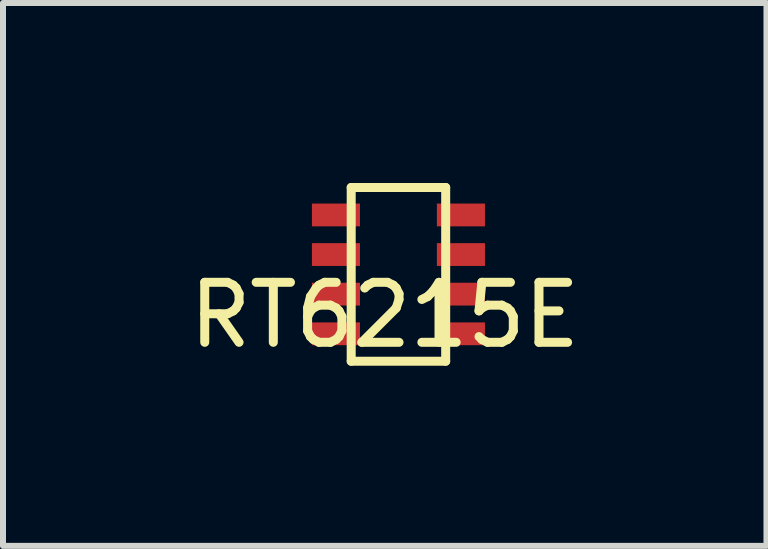
<source format=kicad_pcb>
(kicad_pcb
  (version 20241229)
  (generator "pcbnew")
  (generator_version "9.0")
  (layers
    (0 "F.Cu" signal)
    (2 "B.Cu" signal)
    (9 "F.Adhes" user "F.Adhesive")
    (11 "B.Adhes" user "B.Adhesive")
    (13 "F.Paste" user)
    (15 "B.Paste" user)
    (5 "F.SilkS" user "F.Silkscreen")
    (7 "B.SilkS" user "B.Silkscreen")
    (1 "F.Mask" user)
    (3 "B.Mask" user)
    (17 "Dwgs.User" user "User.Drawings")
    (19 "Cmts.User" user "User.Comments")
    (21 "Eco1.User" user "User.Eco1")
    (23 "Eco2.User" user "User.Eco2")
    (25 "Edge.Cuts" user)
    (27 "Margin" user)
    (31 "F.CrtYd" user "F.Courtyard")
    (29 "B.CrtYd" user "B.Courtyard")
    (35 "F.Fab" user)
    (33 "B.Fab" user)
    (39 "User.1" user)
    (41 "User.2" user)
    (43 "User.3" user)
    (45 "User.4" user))
  (footprint "RT6215E"
    (layer "F.Cu")
    (at 3.363 1.701)
    (property "Reference" "RT6215E" (at 0 0.5 0) (layer "F.SilkS") (effects (font (size 1 1) (thickness 0.15))))
    (attr through_hole)
    (fp_line (start -0.559 -1.626) (end -0.559 1.27) (stroke (width 0.15) (type solid)) (layer "F.SilkS"))
    (fp_line (start -0.559 1.27) (end 1.016 1.27) (stroke (width 0.15) (type solid)) (layer "F.SilkS"))
    (fp_line (start 1.016 -1.626) (end -0.559 -1.626) (stroke (width 0.15) (type solid)) (layer "F.SilkS"))
    (fp_line (start 1.016 -1.626) (end 1.016 1.27) (stroke (width 0.15) (type solid)) (layer "F.SilkS"))
    (pad "1" smd rect (at -0.813 -1.168) (size 0.801 0.38) (layers "F.Cu" "F.Mask" "F.Paste"))
    (pad "2" smd rect (at -0.813 -0.508) (size 0.801 0.38) (layers "F.Cu" "F.Mask" "F.Paste"))
    (pad "3" smd rect (at -0.813 0.152) (size 0.801 0.38) (layers "F.Cu" "F.Mask" "F.Paste"))
    (pad "4" smd rect (at -0.813 0.813) (size 0.801 0.38) (layers "F.Cu" "F.Mask" "F.Paste"))
    (pad "5" smd rect (at 1.27 0.813) (size 0.801 0.38) (layers "F.Cu" "F.Mask" "F.Paste"))
    (pad "6" smd rect (at 1.27 0.152) (size 0.801 0.38) (layers "F.Cu" "F.Mask" "F.Paste"))
    (pad "7" smd rect (at 1.27 -0.508) (size 0.801 0.38) (layers "F.Cu" "F.Mask" "F.Paste"))
    (pad "8" smd rect (at 1.27 -1.168) (size 0.801 0.38) (layers "F.Cu" "F.Mask" "F.Paste")))
  (gr_rect
    (start -3 -3)
    (end 9.726 6.049)
    (stroke (width 0.1) (type default))
    (fill no)
    (layer "Edge.Cuts")))
</source>
